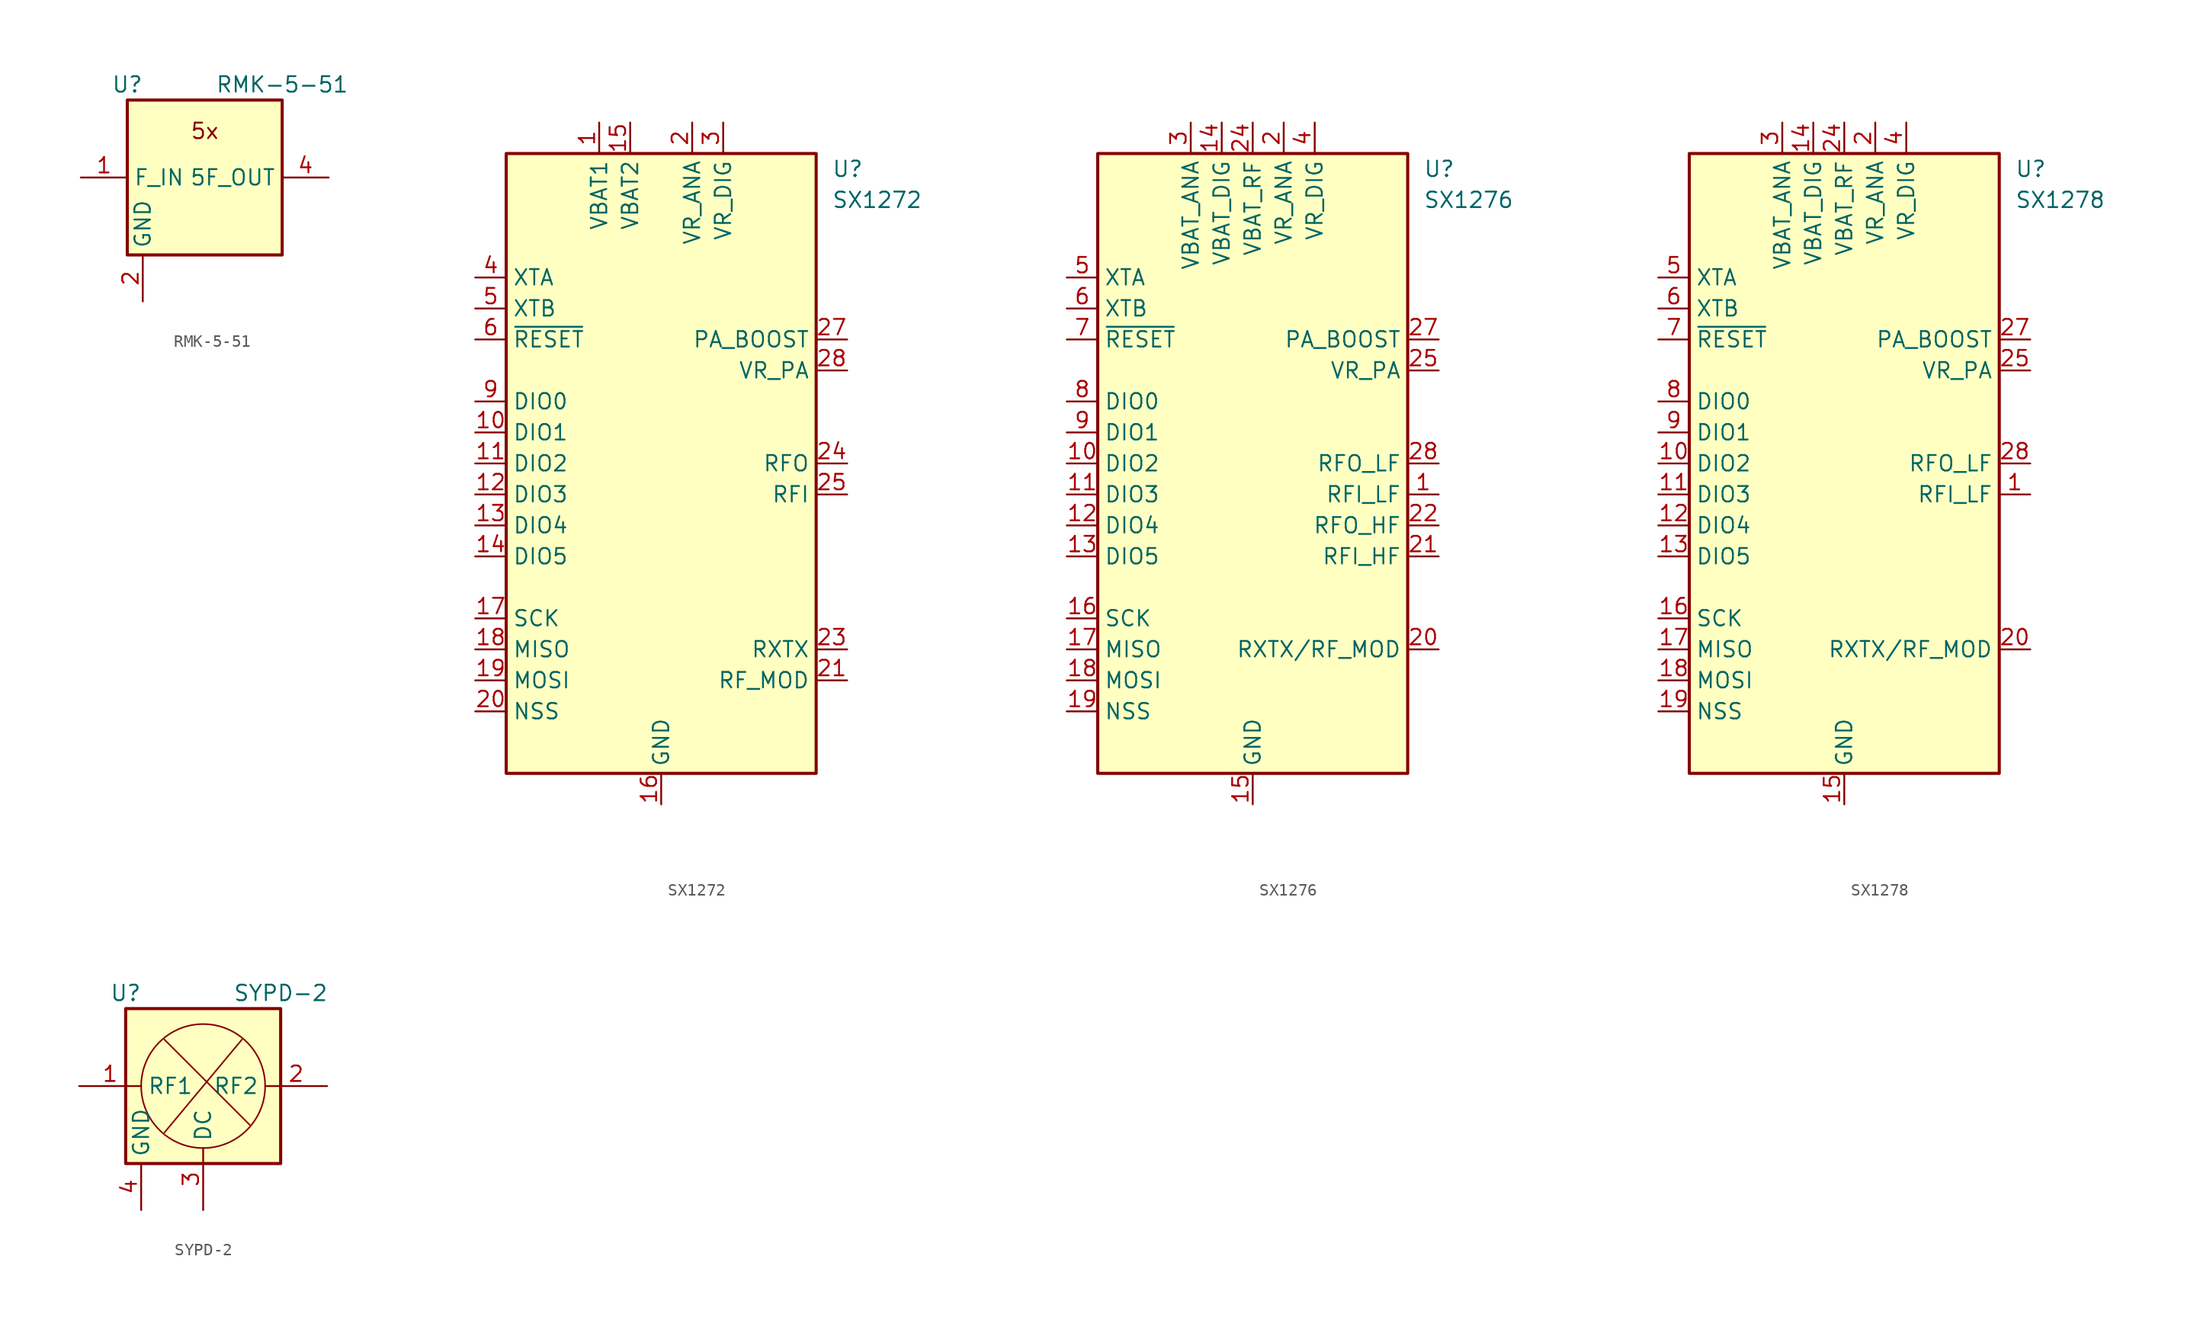
<source format=kicad_sym>
(kicad_symbol_lib
  (version 20211014)
  (generator kicad_symbol_editor)
  (symbol "RMK-5-51"
    (property "Reference" "U"
      (at -6.35 7.62 0)
      (effects (font (size 1.27 1.27))))
    (property "Value" "RMK-5-51"
      (at 6.35 7.62 0)
      (effects (font (size 1.27 1.27))))
    (symbol "RMK-5-51_0_0"
      (text "5x" (at 0 3.81 0) (effects (font (size 1.27 1.27)))))
    (symbol "RMK-5-51_0_1"
      (rectangle (start -6.35 6.35) (end 6.35 -6.35) (stroke (width 0.254) (type default) (color 0 0 0 0)) (fill (type background))))
    (symbol "RMK-5-51_1_1"
      (pin input line (at -10.16 0 0) (length 3.81) (name "F_IN" (effects (font (size 1.27 1.27)))) (number "1" (effects (font (size 1.27 1.27)))))
      (pin power_in line (at -5.08 -10.16 90) (length 3.81) (name "GND" (effects (font (size 1.27 1.27)))) (number "2" (effects (font (size 1.27 1.27)))))
      (pin passive line (at -5.08 -10.16 90) (length 3.81) hide (name "GND" (effects (font (size 1.27 1.27)))) (number "3" (effects (font (size 1.27 1.27)))))
      (pin output line (at 10.16 0 180) (length 3.81) (name "5F_OUT" (effects (font (size 1.27 1.27)))) (number "4" (effects (font (size 1.27 1.27)))))
      (pin passive line (at -5.08 -10.16 90) (length 3.81) hide (name "GND" (effects (font (size 1.27 1.27)))) (number "5" (effects (font (size 1.27 1.27)))))
      (pin passive line (at -5.08 -10.16 90) (length 3.81) hide (name "GND" (effects (font (size 1.27 1.27)))) (number "6" (effects (font (size 1.27 1.27)))))))
  (symbol "SX1272"
    (property "Reference" "U"
      (at 13.97 24.13 0)
      (effects (font (size 1.27 1.27)) (justify left)))
    (property "Value" "SX1272"
      (at 13.97 21.59 0)
      (effects (font (size 1.27 1.27)) (justify left)))
    (symbol "SX1272_0_1"
      (rectangle (start -12.7 25.4) (end 12.7 -25.4) (stroke (width 0.254) (type default) (color 0 0 0 0)) (fill (type background))))
    (symbol "SX1272_1_1"
      (pin power_in line (at -5.08 27.94 270) (length 2.54) (name "VBAT1" (effects (font (size 1.27 1.27)))) (number "1" (effects (font (size 1.27 1.27)))))
      (pin bidirectional line (at -15.24 2.54 0) (length 2.54) (name "DIO1" (effects (font (size 1.27 1.27)))) (number "10" (effects (font (size 1.27 1.27)))))
      (pin bidirectional line (at -15.24 0 0) (length 2.54) (name "DIO2" (effects (font (size 1.27 1.27)))) (number "11" (effects (font (size 1.27 1.27)))))
      (pin bidirectional line (at -15.24 -2.54 0) (length 2.54) (name "DIO3" (effects (font (size 1.27 1.27)))) (number "12" (effects (font (size 1.27 1.27)))))
      (pin bidirectional line (at -15.24 -5.08 0) (length 2.54) (name "DIO4" (effects (font (size 1.27 1.27)))) (number "13" (effects (font (size 1.27 1.27)))))
      (pin bidirectional line (at -15.24 -7.62 0) (length 2.54) (name "DIO5" (effects (font (size 1.27 1.27)))) (number "14" (effects (font (size 1.27 1.27)))))
      (pin power_in line (at -2.54 27.94 270) (length 2.54) (name "VBAT2" (effects (font (size 1.27 1.27)))) (number "15" (effects (font (size 1.27 1.27)))))
      (pin power_in line (at 0 -27.94 90) (length 2.54) (name "GND" (effects (font (size 1.27 1.27)))) (number "16" (effects (font (size 1.27 1.27)))))
      (pin input line (at -15.24 -12.7 0) (length 2.54) (name "SCK" (effects (font (size 1.27 1.27)))) (number "17" (effects (font (size 1.27 1.27)))))
      (pin output line (at -15.24 -15.24 0) (length 2.54) (name "MISO" (effects (font (size 1.27 1.27)))) (number "18" (effects (font (size 1.27 1.27)))))
      (pin input line (at -15.24 -17.78 0) (length 2.54) (name "MOSI" (effects (font (size 1.27 1.27)))) (number "19" (effects (font (size 1.27 1.27)))))
      (pin power_in line (at 2.54 27.94 270) (length 2.54) (name "VR_ANA" (effects (font (size 1.27 1.27)))) (number "2" (effects (font (size 1.27 1.27)))))
      (pin input line (at -15.24 -20.32 0) (length 2.54) (name "NSS" (effects (font (size 1.27 1.27)))) (number "20" (effects (font (size 1.27 1.27)))))
      (pin output line (at 15.24 -17.78 180) (length 2.54) (name "RF_MOD" (effects (font (size 1.27 1.27)))) (number "21" (effects (font (size 1.27 1.27)))))
      (pin passive line (at 0 -27.94 90) (length 2.54) hide (name "GND" (effects (font (size 1.27 1.27)))) (number "22" (effects (font (size 1.27 1.27)))))
      (pin output line (at 15.24 -15.24 180) (length 2.54) (name "RXTX" (effects (font (size 1.27 1.27)))) (number "23" (effects (font (size 1.27 1.27)))))
      (pin output line (at 15.24 0 180) (length 2.54) (name "RFO" (effects (font (size 1.27 1.27)))) (number "24" (effects (font (size 1.27 1.27)))))
      (pin input line (at 15.24 -2.54 180) (length 2.54) (name "RFI" (effects (font (size 1.27 1.27)))) (number "25" (effects (font (size 1.27 1.27)))))
      (pin passive line (at 0 -27.94 90) (length 2.54) hide (name "GND" (effects (font (size 1.27 1.27)))) (number "26" (effects (font (size 1.27 1.27)))))
      (pin power_out line (at 15.24 10.16 180) (length 2.54) (name "PA_BOOST" (effects (font (size 1.27 1.27)))) (number "27" (effects (font (size 1.27 1.27)))))
      (pin power_out line (at 15.24 7.62 180) (length 2.54) (name "VR_PA" (effects (font (size 1.27 1.27)))) (number "28" (effects (font (size 1.27 1.27)))))
      (pin passive line (at 0 -27.94 90) (length 2.54) hide (name "GND" (effects (font (size 1.27 1.27)))) (number "29" (effects (font (size 1.27 1.27)))))
      (pin power_in line (at 5.08 27.94 270) (length 2.54) (name "VR_DIG" (effects (font (size 1.27 1.27)))) (number "3" (effects (font (size 1.27 1.27)))))
      (pin bidirectional line (at -15.24 15.24 0) (length 2.54) (name "XTA" (effects (font (size 1.27 1.27)))) (number "4" (effects (font (size 1.27 1.27)))))
      (pin bidirectional line (at -15.24 12.7 0) (length 2.54) (name "XTB" (effects (font (size 1.27 1.27)))) (number "5" (effects (font (size 1.27 1.27)))))
      (pin input line (at -15.24 10.16 0) (length 2.54) (name "~{RESET}" (effects (font (size 1.27 1.27)))) (number "6" (effects (font (size 1.27 1.27)))))
      (pin no_connect line (at 12.7 -7.62 180) (length 2.54) hide (name "NC" (effects (font (size 1.27 1.27)))) (number "7" (effects (font (size 1.27 1.27)))))
      (pin no_connect line (at 12.7 -5.08 180) (length 2.54) hide (name "NC" (effects (font (size 1.27 1.27)))) (number "8" (effects (font (size 1.27 1.27)))))
      (pin bidirectional line (at -15.24 5.08 0) (length 2.54) (name "DIO0" (effects (font (size 1.27 1.27)))) (number "9" (effects (font (size 1.27 1.27)))))))
  (symbol "SX1276"
    (property "Reference" "U"
      (at 13.97 24.13 0)
      (effects (font (size 1.27 1.27)) (justify left)))
    (property "Value" "SX1276"
      (at 13.97 21.59 0)
      (effects (font (size 1.27 1.27)) (justify left)))
    (symbol "SX1276_0_1"
      (rectangle (start -12.7 25.4) (end 12.7 -25.4) (stroke (width 0.254) (type default) (color 0 0 0 0)) (fill (type background))))
    (symbol "SX1276_1_1"
      (pin input line (at 15.24 -2.54 180) (length 2.54) (name "RFI_LF" (effects (font (size 1.27 1.27)))) (number "1" (effects (font (size 1.27 1.27)))))
      (pin bidirectional line (at -15.24 0 0) (length 2.54) (name "DIO2" (effects (font (size 1.27 1.27)))) (number "10" (effects (font (size 1.27 1.27)))))
      (pin bidirectional line (at -15.24 -2.54 0) (length 2.54) (name "DIO3" (effects (font (size 1.27 1.27)))) (number "11" (effects (font (size 1.27 1.27)))))
      (pin bidirectional line (at -15.24 -5.08 0) (length 2.54) (name "DIO4" (effects (font (size 1.27 1.27)))) (number "12" (effects (font (size 1.27 1.27)))))
      (pin bidirectional line (at -15.24 -7.62 0) (length 2.54) (name "DIO5" (effects (font (size 1.27 1.27)))) (number "13" (effects (font (size 1.27 1.27)))))
      (pin power_in line (at -2.54 27.94 270) (length 2.54) (name "VBAT_DIG" (effects (font (size 1.27 1.27)))) (number "14" (effects (font (size 1.27 1.27)))))
      (pin power_in line (at 0 -27.94 90) (length 2.54) (name "GND" (effects (font (size 1.27 1.27)))) (number "15" (effects (font (size 1.27 1.27)))))
      (pin input line (at -15.24 -12.7 0) (length 2.54) (name "SCK" (effects (font (size 1.27 1.27)))) (number "16" (effects (font (size 1.27 1.27)))))
      (pin output line (at -15.24 -15.24 0) (length 2.54) (name "MISO" (effects (font (size 1.27 1.27)))) (number "17" (effects (font (size 1.27 1.27)))))
      (pin input line (at -15.24 -17.78 0) (length 2.54) (name "MOSI" (effects (font (size 1.27 1.27)))) (number "18" (effects (font (size 1.27 1.27)))))
      (pin input line (at -15.24 -20.32 0) (length 2.54) (name "NSS" (effects (font (size 1.27 1.27)))) (number "19" (effects (font (size 1.27 1.27)))))
      (pin power_in line (at 2.54 27.94 270) (length 2.54) (name "VR_ANA" (effects (font (size 1.27 1.27)))) (number "2" (effects (font (size 1.27 1.27)))))
      (pin output line (at 15.24 -15.24 180) (length 2.54) (name "RXTX/RF_MOD" (effects (font (size 1.27 1.27)))) (number "20" (effects (font (size 1.27 1.27)))))
      (pin input line (at 15.24 -7.62 180) (length 2.54) (name "RFI_HF" (effects (font (size 1.27 1.27)))) (number "21" (effects (font (size 1.27 1.27)))))
      (pin output line (at 15.24 -5.08 180) (length 2.54) (name "RFO_HF" (effects (font (size 1.27 1.27)))) (number "22" (effects (font (size 1.27 1.27)))))
      (pin passive line (at 0 -27.94 90) (length 2.54) hide (name "GND" (effects (font (size 1.27 1.27)))) (number "23" (effects (font (size 1.27 1.27)))))
      (pin power_in line (at 0 27.94 270) (length 2.54) (name "VBAT_RF" (effects (font (size 1.27 1.27)))) (number "24" (effects (font (size 1.27 1.27)))))
      (pin power_out line (at 15.24 7.62 180) (length 2.54) (name "VR_PA" (effects (font (size 1.27 1.27)))) (number "25" (effects (font (size 1.27 1.27)))))
      (pin passive line (at 0 -27.94 90) (length 2.54) hide (name "GND" (effects (font (size 1.27 1.27)))) (number "26" (effects (font (size 1.27 1.27)))))
      (pin power_out line (at 15.24 10.16 180) (length 2.54) (name "PA_BOOST" (effects (font (size 1.27 1.27)))) (number "27" (effects (font (size 1.27 1.27)))))
      (pin output line (at 15.24 0 180) (length 2.54) (name "RFO_LF" (effects (font (size 1.27 1.27)))) (number "28" (effects (font (size 1.27 1.27)))))
      (pin passive line (at 0 -27.94 90) (length 2.54) hide (name "GND" (effects (font (size 1.27 1.27)))) (number "29" (effects (font (size 1.27 1.27)))))
      (pin power_in line (at -5.08 27.94 270) (length 2.54) (name "VBAT_ANA" (effects (font (size 1.27 1.27)))) (number "3" (effects (font (size 1.27 1.27)))))
      (pin power_in line (at 5.08 27.94 270) (length 2.54) (name "VR_DIG" (effects (font (size 1.27 1.27)))) (number "4" (effects (font (size 1.27 1.27)))))
      (pin bidirectional line (at -15.24 15.24 0) (length 2.54) (name "XTA" (effects (font (size 1.27 1.27)))) (number "5" (effects (font (size 1.27 1.27)))))
      (pin bidirectional line (at -15.24 12.7 0) (length 2.54) (name "XTB" (effects (font (size 1.27 1.27)))) (number "6" (effects (font (size 1.27 1.27)))))
      (pin input line (at -15.24 10.16 0) (length 2.54) (name "~{RESET}" (effects (font (size 1.27 1.27)))) (number "7" (effects (font (size 1.27 1.27)))))
      (pin bidirectional line (at -15.24 5.08 0) (length 2.54) (name "DIO0" (effects (font (size 1.27 1.27)))) (number "8" (effects (font (size 1.27 1.27)))))
      (pin bidirectional line (at -15.24 2.54 0) (length 2.54) (name "DIO1" (effects (font (size 1.27 1.27)))) (number "9" (effects (font (size 1.27 1.27)))))))
  (symbol "SX1278"
    (property "Reference" "U"
      (at 13.97 24.13 0)
      (effects (font (size 1.27 1.27)) (justify left)))
    (property "Value" "SX1278"
      (at 13.97 21.59 0)
      (effects (font (size 1.27 1.27)) (justify left)))
    (symbol "SX1278_0_1"
      (rectangle (start -12.7 25.4) (end 12.7 -25.4) (stroke (width 0.254) (type default) (color 0 0 0 0)) (fill (type background))))
    (symbol "SX1278_1_1"
      (pin input line (at 15.24 -2.54 180) (length 2.54) (name "RFI_LF" (effects (font (size 1.27 1.27)))) (number "1" (effects (font (size 1.27 1.27)))))
      (pin bidirectional line (at -15.24 0 0) (length 2.54) (name "DIO2" (effects (font (size 1.27 1.27)))) (number "10" (effects (font (size 1.27 1.27)))))
      (pin bidirectional line (at -15.24 -2.54 0) (length 2.54) (name "DIO3" (effects (font (size 1.27 1.27)))) (number "11" (effects (font (size 1.27 1.27)))))
      (pin bidirectional line (at -15.24 -5.08 0) (length 2.54) (name "DIO4" (effects (font (size 1.27 1.27)))) (number "12" (effects (font (size 1.27 1.27)))))
      (pin bidirectional line (at -15.24 -7.62 0) (length 2.54) (name "DIO5" (effects (font (size 1.27 1.27)))) (number "13" (effects (font (size 1.27 1.27)))))
      (pin power_in line (at -2.54 27.94 270) (length 2.54) (name "VBAT_DIG" (effects (font (size 1.27 1.27)))) (number "14" (effects (font (size 1.27 1.27)))))
      (pin power_in line (at 0 -27.94 90) (length 2.54) (name "GND" (effects (font (size 1.27 1.27)))) (number "15" (effects (font (size 1.27 1.27)))))
      (pin input line (at -15.24 -12.7 0) (length 2.54) (name "SCK" (effects (font (size 1.27 1.27)))) (number "16" (effects (font (size 1.27 1.27)))))
      (pin output line (at -15.24 -15.24 0) (length 2.54) (name "MISO" (effects (font (size 1.27 1.27)))) (number "17" (effects (font (size 1.27 1.27)))))
      (pin input line (at -15.24 -17.78 0) (length 2.54) (name "MOSI" (effects (font (size 1.27 1.27)))) (number "18" (effects (font (size 1.27 1.27)))))
      (pin input line (at -15.24 -20.32 0) (length 2.54) (name "NSS" (effects (font (size 1.27 1.27)))) (number "19" (effects (font (size 1.27 1.27)))))
      (pin power_in line (at 2.54 27.94 270) (length 2.54) (name "VR_ANA" (effects (font (size 1.27 1.27)))) (number "2" (effects (font (size 1.27 1.27)))))
      (pin output line (at 15.24 -15.24 180) (length 2.54) (name "RXTX/RF_MOD" (effects (font (size 1.27 1.27)))) (number "20" (effects (font (size 1.27 1.27)))))
      (pin passive line (at 0 -27.94 90) (length 2.54) hide (name "GND" (effects (font (size 1.27 1.27)))) (number "21" (effects (font (size 1.27 1.27)))))
      (pin passive line (at 0 -27.94 90) (length 2.54) hide (name "GND" (effects (font (size 1.27 1.27)))) (number "22" (effects (font (size 1.27 1.27)))))
      (pin passive line (at 0 -27.94 90) (length 2.54) hide (name "GND" (effects (font (size 1.27 1.27)))) (number "23" (effects (font (size 1.27 1.27)))))
      (pin power_in line (at 0 27.94 270) (length 2.54) (name "VBAT_RF" (effects (font (size 1.27 1.27)))) (number "24" (effects (font (size 1.27 1.27)))))
      (pin power_out line (at 15.24 7.62 180) (length 2.54) (name "VR_PA" (effects (font (size 1.27 1.27)))) (number "25" (effects (font (size 1.27 1.27)))))
      (pin passive line (at 0 -27.94 90) (length 2.54) hide (name "GND" (effects (font (size 1.27 1.27)))) (number "26" (effects (font (size 1.27 1.27)))))
      (pin power_out line (at 15.24 10.16 180) (length 2.54) (name "PA_BOOST" (effects (font (size 1.27 1.27)))) (number "27" (effects (font (size 1.27 1.27)))))
      (pin output line (at 15.24 0 180) (length 2.54) (name "RFO_LF" (effects (font (size 1.27 1.27)))) (number "28" (effects (font (size 1.27 1.27)))))
      (pin passive line (at 0 -27.94 90) (length 2.54) hide (name "GND" (effects (font (size 1.27 1.27)))) (number "29" (effects (font (size 1.27 1.27)))))
      (pin power_in line (at -5.08 27.94 270) (length 2.54) (name "VBAT_ANA" (effects (font (size 1.27 1.27)))) (number "3" (effects (font (size 1.27 1.27)))))
      (pin power_in line (at 5.08 27.94 270) (length 2.54) (name "VR_DIG" (effects (font (size 1.27 1.27)))) (number "4" (effects (font (size 1.27 1.27)))))
      (pin bidirectional line (at -15.24 15.24 0) (length 2.54) (name "XTA" (effects (font (size 1.27 1.27)))) (number "5" (effects (font (size 1.27 1.27)))))
      (pin bidirectional line (at -15.24 12.7 0) (length 2.54) (name "XTB" (effects (font (size 1.27 1.27)))) (number "6" (effects (font (size 1.27 1.27)))))
      (pin input line (at -15.24 10.16 0) (length 2.54) (name "~{RESET}" (effects (font (size 1.27 1.27)))) (number "7" (effects (font (size 1.27 1.27)))))
      (pin bidirectional line (at -15.24 5.08 0) (length 2.54) (name "DIO0" (effects (font (size 1.27 1.27)))) (number "8" (effects (font (size 1.27 1.27)))))
      (pin bidirectional line (at -15.24 2.54 0) (length 2.54) (name "DIO1" (effects (font (size 1.27 1.27)))) (number "9" (effects (font (size 1.27 1.27)))))))
  (symbol "SYPD-2"
    (property "Reference" "U"
      (at -6.35 7.62 0)
      (effects (font (size 1.27 1.27))))
    (property "Value" "SYPD-2"
      (at 6.35 7.62 0)
      (effects (font (size 1.27 1.27))))
    (symbol "SYPD-2_0_1"
      (rectangle (start -6.35 6.35) (end 6.35 -6.35) (stroke (width 0.254) (type default) (color 0 0 0 0)) (fill (type background)))
      (polyline (pts (xy -3.175 -3.81) (xy 3.175 3.81)) (stroke (width 0.127) (type default) (color 0 0 0 0)) (fill (type none)))
      (polyline (pts (xy 3.81 -3.175) (xy -3.175 3.81)) (stroke (width 0.127) (type default) (color 0 0 0 0)) (fill (type none)))
      (circle (center 0 0) (radius 5.08) (stroke (width 0.127) (type default) (color 0 0 0 0)) (fill (type none))))
    (symbol "SYPD-2_1_1"
      (pin input line (at -10.16 0 0) (length 5.08) (name "RF1" (effects (font (size 1.27 1.27)))) (number "1" (effects (font (size 1.27 1.27)))))
      (pin input line (at 10.16 0 180) (length 5.08) (name "RF2" (effects (font (size 1.27 1.27)))) (number "2" (effects (font (size 1.27 1.27)))))
      (pin output line (at 0 -10.16 90) (length 5.08) (name "DC" (effects (font (size 1.27 1.27)))) (number "3" (effects (font (size 1.27 1.27)))))
      (pin power_in line (at -5.08 -10.16 90) (length 3.81) (name "GND" (effects (font (size 1.27 1.27)))) (number "4" (effects (font (size 1.27 1.27)))))
      (pin passive line (at -5.08 -10.16 90) (length 3.81) hide (name "GND" (effects (font (size 1.27 1.27)))) (number "5" (effects (font (size 1.27 1.27)))))
      (pin passive line (at -5.08 -10.16 90) (length 3.81) hide (name "GND" (effects (font (size 1.27 1.27)))) (number "6" (effects (font (size 1.27 1.27))))))))
</source>
